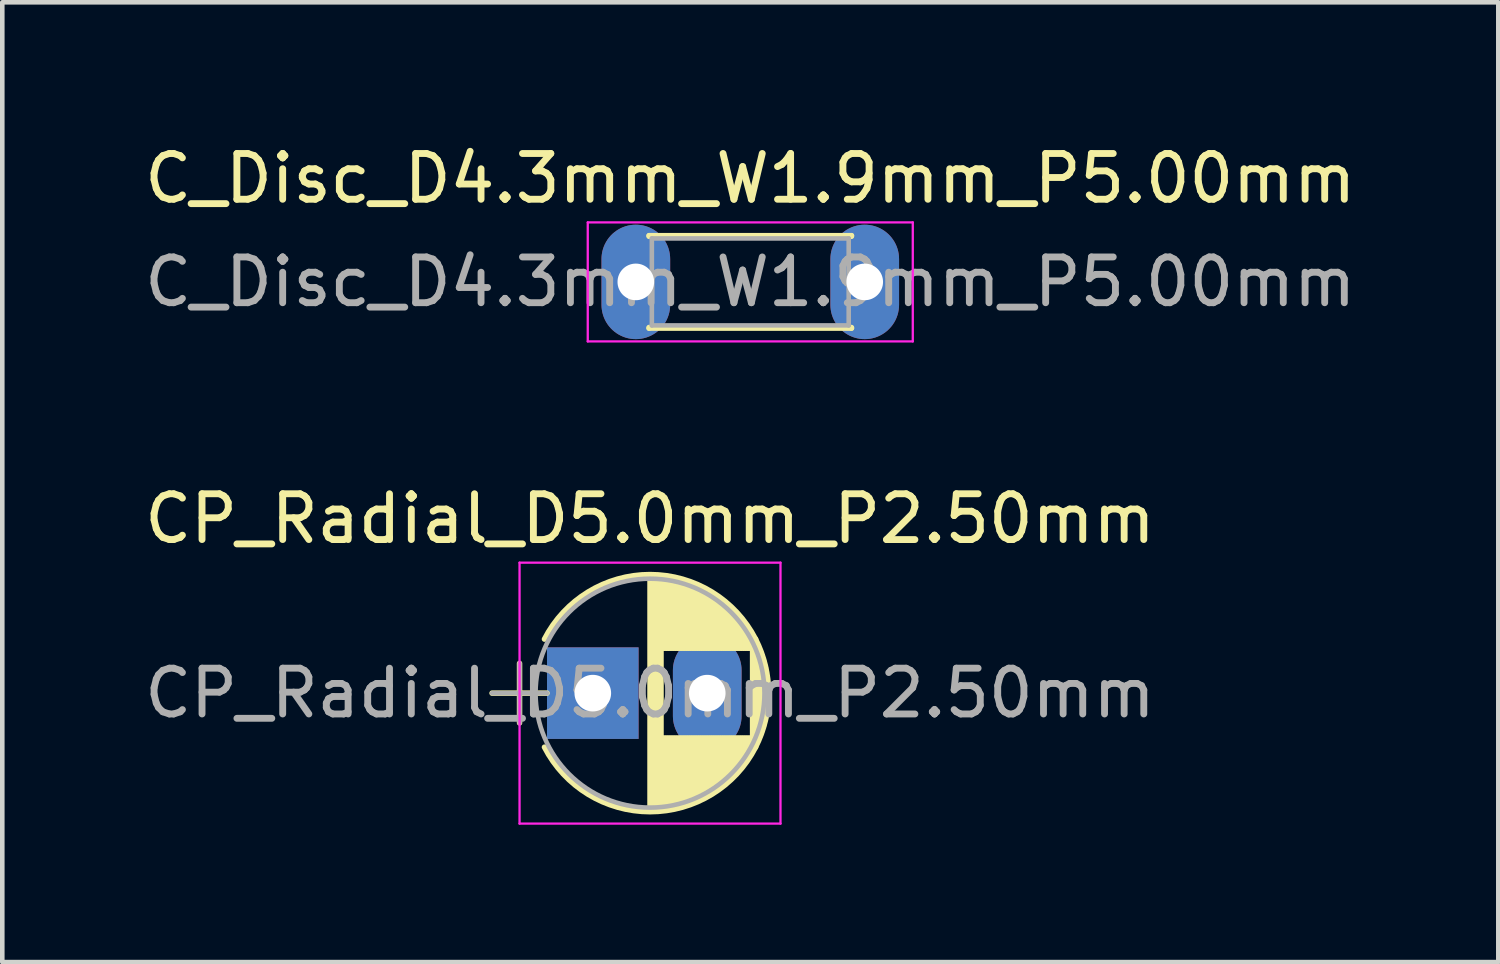
<source format=kicad_pcb>
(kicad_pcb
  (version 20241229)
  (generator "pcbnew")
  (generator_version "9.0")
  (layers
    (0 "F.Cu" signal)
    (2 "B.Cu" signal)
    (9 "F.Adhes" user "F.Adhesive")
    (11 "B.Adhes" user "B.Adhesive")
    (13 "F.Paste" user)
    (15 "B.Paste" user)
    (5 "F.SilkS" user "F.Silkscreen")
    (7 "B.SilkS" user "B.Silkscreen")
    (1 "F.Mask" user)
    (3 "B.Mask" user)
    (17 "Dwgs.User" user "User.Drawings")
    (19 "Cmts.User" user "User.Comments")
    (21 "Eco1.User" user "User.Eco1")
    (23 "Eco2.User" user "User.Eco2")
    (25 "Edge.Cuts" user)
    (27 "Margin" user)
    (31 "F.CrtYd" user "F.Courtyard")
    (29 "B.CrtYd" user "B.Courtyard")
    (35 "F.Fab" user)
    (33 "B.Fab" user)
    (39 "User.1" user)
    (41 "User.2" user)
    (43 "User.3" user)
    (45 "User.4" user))
  (footprint "C_Disc_D4.3mm_W1.9mm_P5.00mm"
    (layer "F.Cu")
    (at 10.839 3.108)
    (property "Reference" "C_Disc_D4.3mm_W1.9mm_P5.00mm" (at 2.5 -2.26 0) (layer "F.SilkS") (effects (font (size 1 1) (thickness 0.15))))
    (attr through_hole)
    (fp_line (start 0.29 -1.01) (end 0.29 -0.996) (stroke (width 0.12) (type solid)) (layer "F.SilkS"))
    (fp_line (start 0.29 -1.01) (end 4.71 -1.01) (stroke (width 0.12) (type solid)) (layer "F.SilkS"))
    (fp_line (start 0.29 0.996) (end 0.29 1.01) (stroke (width 0.12) (type solid)) (layer "F.SilkS"))
    (fp_line (start 0.29 1.01) (end 4.71 1.01) (stroke (width 0.12) (type solid)) (layer "F.SilkS"))
    (fp_line (start 4.71 -1.01) (end 4.71 -0.996) (stroke (width 0.12) (type solid)) (layer "F.SilkS"))
    (fp_line (start 4.71 0.996) (end 4.71 1.01) (stroke (width 0.12) (type solid)) (layer "F.SilkS"))
    (fp_line (start -1.05 -1.3) (end -1.05 1.3) (stroke (width 0.05) (type solid)) (layer "F.CrtYd"))
    (fp_line (start -1.05 1.3) (end 6.05 1.3) (stroke (width 0.05) (type solid)) (layer "F.CrtYd"))
    (fp_line (start 6.05 -1.3) (end -1.05 -1.3) (stroke (width 0.05) (type solid)) (layer "F.CrtYd"))
    (fp_line (start 6.05 1.3) (end 6.05 -1.3) (stroke (width 0.05) (type solid)) (layer "F.CrtYd"))
    (fp_line (start 0.35 -0.95) (end 0.35 0.95) (stroke (width 0.1) (type solid)) (layer "F.Fab"))
    (fp_line (start 0.35 0.95) (end 4.65 0.95) (stroke (width 0.1) (type solid)) (layer "F.Fab"))
    (fp_line (start 4.65 -0.95) (end 0.35 -0.95) (stroke (width 0.1) (type solid)) (layer "F.Fab"))
    (fp_line (start 4.65 0.95) (end 4.65 -0.95) (stroke (width 0.1) (type solid)) (layer "F.Fab"))
    (fp_text user "${REFERENCE}" (at 2.5 0 0) (layer "F.Fab") (effects (font (size 1 1) (thickness 0.15))))
    (pad "1" thru_hole oval (at 0 0) (size 1.5 2.5) (drill 0.8) (layers "*.Cu" "*.Mask"))
    (pad "2" thru_hole oval (at 5 0) (size 1.5 2.5) (drill 0.8) (layers "*.Cu" "*.Mask")))
  (footprint "CP_Radial_D5.0mm_P2.50mm"
    (layer "F.Cu")
    (at 9.899 12.091)
    (property "Reference" "CP_Radial_D5.0mm_P2.50mm" (at 1.25 -3.81 0) (layer "F.SilkS") (effects (font (size 1 1) (thickness 0.15))))
    (attr through_hole)
    (fp_line (start -2.2 0) (end -1 0) (stroke (width 0.12) (type solid)) (layer "F.SilkS"))
    (fp_line (start -1.6 -0.65) (end -1.6 0.65) (stroke (width 0.12) (type solid)) (layer "F.SilkS"))
    (fp_line (start 1.25 -2.55) (end 1.25 2.55) (stroke (width 0.12) (type solid)) (layer "F.SilkS"))
    (fp_line (start 1.29 -2.55) (end 1.29 2.55) (stroke (width 0.12) (type solid)) (layer "F.SilkS"))
    (fp_line (start 1.33 -2.549) (end 1.33 2.549) (stroke (width 0.12) (type solid)) (layer "F.SilkS"))
    (fp_line (start 1.37 -2.548) (end 1.37 2.548) (stroke (width 0.12) (type solid)) (layer "F.SilkS"))
    (fp_line (start 1.41 -2.546) (end 1.41 2.546) (stroke (width 0.12) (type solid)) (layer "F.SilkS"))
    (fp_line (start 1.45 -2.543) (end 1.45 2.543) (stroke (width 0.12) (type solid)) (layer "F.SilkS"))
    (fp_line (start 1.49 -2.539) (end 1.49 2.539) (stroke (width 0.12) (type solid)) (layer "F.SilkS"))
    (fp_line (start 1.53 -2.535) (end 1.53 -0.98) (stroke (width 0.12) (type solid)) (layer "F.SilkS"))
    (fp_line (start 1.53 0.98) (end 1.53 2.535) (stroke (width 0.12) (type solid)) (layer "F.SilkS"))
    (fp_line (start 1.57 -2.531) (end 1.57 -0.98) (stroke (width 0.12) (type solid)) (layer "F.SilkS"))
    (fp_line (start 1.57 0.98) (end 1.57 2.531) (stroke (width 0.12) (type solid)) (layer "F.SilkS"))
    (fp_line (start 1.61 -2.525) (end 1.61 -0.98) (stroke (width 0.12) (type solid)) (layer "F.SilkS"))
    (fp_line (start 1.61 0.98) (end 1.61 2.525) (stroke (width 0.12) (type solid)) (layer "F.SilkS"))
    (fp_line (start 1.65 -2.519) (end 1.65 -0.98) (stroke (width 0.12) (type solid)) (layer "F.SilkS"))
    (fp_line (start 1.65 0.98) (end 1.65 2.519) (stroke (width 0.12) (type solid)) (layer "F.SilkS"))
    (fp_line (start 1.69 -2.513) (end 1.69 -0.98) (stroke (width 0.12) (type solid)) (layer "F.SilkS"))
    (fp_line (start 1.69 0.98) (end 1.69 2.513) (stroke (width 0.12) (type solid)) (layer "F.SilkS"))
    (fp_line (start 1.73 -2.506) (end 1.73 -0.98) (stroke (width 0.12) (type solid)) (layer "F.SilkS"))
    (fp_line (start 1.73 0.98) (end 1.73 2.506) (stroke (width 0.12) (type solid)) (layer "F.SilkS"))
    (fp_line (start 1.77 -2.498) (end 1.77 -0.98) (stroke (width 0.12) (type solid)) (layer "F.SilkS"))
    (fp_line (start 1.77 0.98) (end 1.77 2.498) (stroke (width 0.12) (type solid)) (layer "F.SilkS"))
    (fp_line (start 1.81 -2.489) (end 1.81 -0.98) (stroke (width 0.12) (type solid)) (layer "F.SilkS"))
    (fp_line (start 1.81 0.98) (end 1.81 2.489) (stroke (width 0.12) (type solid)) (layer "F.SilkS"))
    (fp_line (start 1.85 -2.48) (end 1.85 -0.98) (stroke (width 0.12) (type solid)) (layer "F.SilkS"))
    (fp_line (start 1.85 0.98) (end 1.85 2.48) (stroke (width 0.12) (type solid)) (layer "F.SilkS"))
    (fp_line (start 1.89 -2.47) (end 1.89 -0.98) (stroke (width 0.12) (type solid)) (layer "F.SilkS"))
    (fp_line (start 1.89 0.98) (end 1.89 2.47) (stroke (width 0.12) (type solid)) (layer "F.SilkS"))
    (fp_line (start 1.93 -2.46) (end 1.93 -0.98) (stroke (width 0.12) (type solid)) (layer "F.SilkS"))
    (fp_line (start 1.93 0.98) (end 1.93 2.46) (stroke (width 0.12) (type solid)) (layer "F.SilkS"))
    (fp_line (start 1.971 -2.448) (end 1.971 -0.98) (stroke (width 0.12) (type solid)) (layer "F.SilkS"))
    (fp_line (start 1.971 0.98) (end 1.971 2.448) (stroke (width 0.12) (type solid)) (layer "F.SilkS"))
    (fp_line (start 2.011 -2.436) (end 2.011 -0.98) (stroke (width 0.12) (type solid)) (layer "F.SilkS"))
    (fp_line (start 2.011 0.98) (end 2.011 2.436) (stroke (width 0.12) (type solid)) (layer "F.SilkS"))
    (fp_line (start 2.051 -2.424) (end 2.051 -0.98) (stroke (width 0.12) (type solid)) (layer "F.SilkS"))
    (fp_line (start 2.051 0.98) (end 2.051 2.424) (stroke (width 0.12) (type solid)) (layer "F.SilkS"))
    (fp_line (start 2.091 -2.41) (end 2.091 -0.98) (stroke (width 0.12) (type solid)) (layer "F.SilkS"))
    (fp_line (start 2.091 0.98) (end 2.091 2.41) (stroke (width 0.12) (type solid)) (layer "F.SilkS"))
    (fp_line (start 2.131 -2.396) (end 2.131 -0.98) (stroke (width 0.12) (type solid)) (layer "F.SilkS"))
    (fp_line (start 2.131 0.98) (end 2.131 2.396) (stroke (width 0.12) (type solid)) (layer "F.SilkS"))
    (fp_line (start 2.171 -2.382) (end 2.171 -0.98) (stroke (width 0.12) (type solid)) (layer "F.SilkS"))
    (fp_line (start 2.171 0.98) (end 2.171 2.382) (stroke (width 0.12) (type solid)) (layer "F.SilkS"))
    (fp_line (start 2.211 -2.366) (end 2.211 -0.98) (stroke (width 0.12) (type solid)) (layer "F.SilkS"))
    (fp_line (start 2.211 0.98) (end 2.211 2.366) (stroke (width 0.12) (type solid)) (layer "F.SilkS"))
    (fp_line (start 2.251 -2.35) (end 2.251 -0.98) (stroke (width 0.12) (type solid)) (layer "F.SilkS"))
    (fp_line (start 2.251 0.98) (end 2.251 2.35) (stroke (width 0.12) (type solid)) (layer "F.SilkS"))
    (fp_line (start 2.291 -2.333) (end 2.291 -0.98) (stroke (width 0.12) (type solid)) (layer "F.SilkS"))
    (fp_line (start 2.291 0.98) (end 2.291 2.333) (stroke (width 0.12) (type solid)) (layer "F.SilkS"))
    (fp_line (start 2.331 -2.315) (end 2.331 -0.98) (stroke (width 0.12) (type solid)) (layer "F.SilkS"))
    (fp_line (start 2.331 0.98) (end 2.331 2.315) (stroke (width 0.12) (type solid)) (layer "F.SilkS"))
    (fp_line (start 2.371 -2.296) (end 2.371 -0.98) (stroke (width 0.12) (type solid)) (layer "F.SilkS"))
    (fp_line (start 2.371 0.98) (end 2.371 2.296) (stroke (width 0.12) (type solid)) (layer "F.SilkS"))
    (fp_line (start 2.411 -2.276) (end 2.411 -0.98) (stroke (width 0.12) (type solid)) (layer "F.SilkS"))
    (fp_line (start 2.411 0.98) (end 2.411 2.276) (stroke (width 0.12) (type solid)) (layer "F.SilkS"))
    (fp_line (start 2.451 -2.256) (end 2.451 -0.98) (stroke (width 0.12) (type solid)) (layer "F.SilkS"))
    (fp_line (start 2.451 0.98) (end 2.451 2.256) (stroke (width 0.12) (type solid)) (layer "F.SilkS"))
    (fp_line (start 2.491 -2.234) (end 2.491 -0.98) (stroke (width 0.12) (type solid)) (layer "F.SilkS"))
    (fp_line (start 2.491 0.98) (end 2.491 2.234) (stroke (width 0.12) (type solid)) (layer "F.SilkS"))
    (fp_line (start 2.531 -2.212) (end 2.531 -0.98) (stroke (width 0.12) (type solid)) (layer "F.SilkS"))
    (fp_line (start 2.531 0.98) (end 2.531 2.212) (stroke (width 0.12) (type solid)) (layer "F.SilkS"))
    (fp_line (start 2.571 -2.189) (end 2.571 -0.98) (stroke (width 0.12) (type solid)) (layer "F.SilkS"))
    (fp_line (start 2.571 0.98) (end 2.571 2.189) (stroke (width 0.12) (type solid)) (layer "F.SilkS"))
    (fp_line (start 2.611 -2.165) (end 2.611 -0.98) (stroke (width 0.12) (type solid)) (layer "F.SilkS"))
    (fp_line (start 2.611 0.98) (end 2.611 2.165) (stroke (width 0.12) (type solid)) (layer "F.SilkS"))
    (fp_line (start 2.651 -2.14) (end 2.651 -0.98) (stroke (width 0.12) (type solid)) (layer "F.SilkS"))
    (fp_line (start 2.651 0.98) (end 2.651 2.14) (stroke (width 0.12) (type solid)) (layer "F.SilkS"))
    (fp_line (start 2.691 -2.113) (end 2.691 -0.98) (stroke (width 0.12) (type solid)) (layer "F.SilkS"))
    (fp_line (start 2.691 0.98) (end 2.691 2.113) (stroke (width 0.12) (type solid)) (layer "F.SilkS"))
    (fp_line (start 2.731 -2.086) (end 2.731 -0.98) (stroke (width 0.12) (type solid)) (layer "F.SilkS"))
    (fp_line (start 2.731 0.98) (end 2.731 2.086) (stroke (width 0.12) (type solid)) (layer "F.SilkS"))
    (fp_line (start 2.771 -2.058) (end 2.771 -0.98) (stroke (width 0.12) (type solid)) (layer "F.SilkS"))
    (fp_line (start 2.771 0.98) (end 2.771 2.058) (stroke (width 0.12) (type solid)) (layer "F.SilkS"))
    (fp_line (start 2.811 -2.028) (end 2.811 -0.98) (stroke (width 0.12) (type solid)) (layer "F.SilkS"))
    (fp_line (start 2.811 0.98) (end 2.811 2.028) (stroke (width 0.12) (type solid)) (layer "F.SilkS"))
    (fp_line (start 2.851 -1.997) (end 2.851 -0.98) (stroke (width 0.12) (type solid)) (layer "F.SilkS"))
    (fp_line (start 2.851 0.98) (end 2.851 1.997) (stroke (width 0.12) (type solid)) (layer "F.SilkS"))
    (fp_line (start 2.891 -1.965) (end 2.891 -0.98) (stroke (width 0.12) (type solid)) (layer "F.SilkS"))
    (fp_line (start 2.891 0.98) (end 2.891 1.965) (stroke (width 0.12) (type solid)) (layer "F.SilkS"))
    (fp_line (start 2.931 -1.932) (end 2.931 -0.98) (stroke (width 0.12) (type solid)) (layer "F.SilkS"))
    (fp_line (start 2.931 0.98) (end 2.931 1.932) (stroke (width 0.12) (type solid)) (layer "F.SilkS"))
    (fp_line (start 2.971 -1.897) (end 2.971 -0.98) (stroke (width 0.12) (type solid)) (layer "F.SilkS"))
    (fp_line (start 2.971 0.98) (end 2.971 1.897) (stroke (width 0.12) (type solid)) (layer "F.SilkS"))
    (fp_line (start 3.011 -1.861) (end 3.011 -0.98) (stroke (width 0.12) (type solid)) (layer "F.SilkS"))
    (fp_line (start 3.011 0.98) (end 3.011 1.861) (stroke (width 0.12) (type solid)) (layer "F.SilkS"))
    (fp_line (start 3.051 -1.823) (end 3.051 -0.98) (stroke (width 0.12) (type solid)) (layer "F.SilkS"))
    (fp_line (start 3.051 0.98) (end 3.051 1.823) (stroke (width 0.12) (type solid)) (layer "F.SilkS"))
    (fp_line (start 3.091 -1.783) (end 3.091 -0.98) (stroke (width 0.12) (type solid)) (layer "F.SilkS"))
    (fp_line (start 3.091 0.98) (end 3.091 1.783) (stroke (width 0.12) (type solid)) (layer "F.SilkS"))
    (fp_line (start 3.131 -1.742) (end 3.131 -0.98) (stroke (width 0.12) (type solid)) (layer "F.SilkS"))
    (fp_line (start 3.131 0.98) (end 3.131 1.742) (stroke (width 0.12) (type solid)) (layer "F.SilkS"))
    (fp_line (start 3.171 -1.699) (end 3.171 -0.98) (stroke (width 0.12) (type solid)) (layer "F.SilkS"))
    (fp_line (start 3.171 0.98) (end 3.171 1.699) (stroke (width 0.12) (type solid)) (layer "F.SilkS"))
    (fp_line (start 3.211 -1.654) (end 3.211 -0.98) (stroke (width 0.12) (type solid)) (layer "F.SilkS"))
    (fp_line (start 3.211 0.98) (end 3.211 1.654) (stroke (width 0.12) (type solid)) (layer "F.SilkS"))
    (fp_line (start 3.251 -1.606) (end 3.251 -0.98) (stroke (width 0.12) (type solid)) (layer "F.SilkS"))
    (fp_line (start 3.251 0.98) (end 3.251 1.606) (stroke (width 0.12) (type solid)) (layer "F.SilkS"))
    (fp_line (start 3.291 -1.556) (end 3.291 -0.98) (stroke (width 0.12) (type solid)) (layer "F.SilkS"))
    (fp_line (start 3.291 0.98) (end 3.291 1.556) (stroke (width 0.12) (type solid)) (layer "F.SilkS"))
    (fp_line (start 3.331 -1.504) (end 3.331 -0.98) (stroke (width 0.12) (type solid)) (layer "F.SilkS"))
    (fp_line (start 3.331 0.98) (end 3.331 1.504) (stroke (width 0.12) (type solid)) (layer "F.SilkS"))
    (fp_line (start 3.371 -1.448) (end 3.371 -0.98) (stroke (width 0.12) (type solid)) (layer "F.SilkS"))
    (fp_line (start 3.371 0.98) (end 3.371 1.448) (stroke (width 0.12) (type solid)) (layer "F.SilkS"))
    (fp_line (start 3.411 -1.39) (end 3.411 -0.98) (stroke (width 0.12) (type solid)) (layer "F.SilkS"))
    (fp_line (start 3.411 0.98) (end 3.411 1.39) (stroke (width 0.12) (type solid)) (layer "F.SilkS"))
    (fp_line (start 3.451 -1.327) (end 3.451 -0.98) (stroke (width 0.12) (type solid)) (layer "F.SilkS"))
    (fp_line (start 3.451 0.98) (end 3.451 1.327) (stroke (width 0.12) (type solid)) (layer "F.SilkS"))
    (fp_line (start 3.491 -1.261) (end 3.491 1.261) (stroke (width 0.12) (type solid)) (layer "F.SilkS"))
    (fp_line (start 3.531 -1.189) (end 3.531 1.189) (stroke (width 0.12) (type solid)) (layer "F.SilkS"))
    (fp_line (start 3.571 -1.112) (end 3.571 1.112) (stroke (width 0.12) (type solid)) (layer "F.SilkS"))
    (fp_line (start 3.611 -1.028) (end 3.611 1.028) (stroke (width 0.12) (type solid)) (layer "F.SilkS"))
    (fp_line (start 3.651 -0.934) (end 3.651 0.934) (stroke (width 0.12) (type solid)) (layer "F.SilkS"))
    (fp_line (start 3.691 -0.829) (end 3.691 0.829) (stroke (width 0.12) (type solid)) (layer "F.SilkS"))
    (fp_line (start 3.731 -0.707) (end 3.731 0.707) (stroke (width 0.12) (type solid)) (layer "F.SilkS"))
    (fp_line (start 3.771 -0.559) (end 3.771 0.559) (stroke (width 0.12) (type solid)) (layer "F.SilkS"))
    (fp_line (start 3.811 -0.354) (end 3.811 0.354) (stroke (width 0.12) (type solid)) (layer "F.SilkS"))
    (fp_arc (start -1.05558 -1.18) (mid 1.250156 -2.59) (end 3.555722 -1.179722) (stroke (width 0.12) (type solid)) (layer "F.SilkS"))
    (fp_arc (start 3.55558 -1.18) (mid 3.84 -0.000156) (end 3.555722 1.179722) (stroke (width 0.12) (type solid)) (layer "F.SilkS"))
    (fp_arc (start 3.555722 1.179722) (mid 1.250156 2.59) (end -1.05558 1.18) (stroke (width 0.12) (type solid)) (layer "F.SilkS"))
    (fp_line (start -1.6 -2.85) (end -1.6 2.85) (stroke (width 0.05) (type solid)) (layer "F.CrtYd"))
    (fp_line (start -1.6 2.85) (end 4.1 2.85) (stroke (width 0.05) (type solid)) (layer "F.CrtYd"))
    (fp_line (start 4.1 -2.85) (end -1.6 -2.85) (stroke (width 0.05) (type solid)) (layer "F.CrtYd"))
    (fp_line (start 4.1 2.85) (end 4.1 -2.85) (stroke (width 0.05) (type solid)) (layer "F.CrtYd"))
    (fp_line (start -2.2 0) (end -1 0) (stroke (width 0.1) (type solid)) (layer "F.Fab"))
    (fp_line (start -1.6 -0.65) (end -1.6 0.65) (stroke (width 0.1) (type solid)) (layer "F.Fab"))
    (fp_circle (center 1.25 0) (end 3.75 0) (stroke (width 0.1) (type solid)) (fill no) (layer "F.Fab"))
    (fp_text user "${REFERENCE}" (at 1.25 0 0) (layer "F.Fab") (effects (font (size 1 1) (thickness 0.15))))
    (pad "1" thru_hole rect (at 0 0) (size 2 2) (drill 0.8) (layers "*.Cu" "*.Mask"))
    (pad "2" thru_hole oval (at 2.5 0) (size 1.5 2.5) (drill 0.8) (layers "*.Cu" "*.Mask")))
  (gr_rect
    (start -3 -3)
    (end 29.679 17.966)
    (stroke (width 0.1) (type default))
    (fill no)
    (layer "Edge.Cuts")))
</source>
